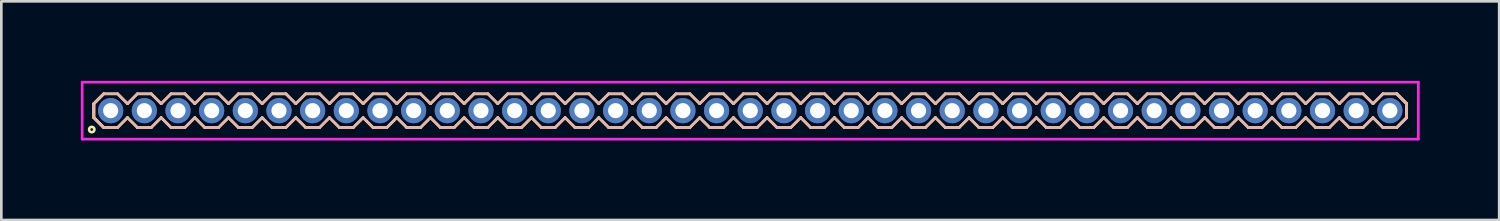
<source format=kicad_pcb>
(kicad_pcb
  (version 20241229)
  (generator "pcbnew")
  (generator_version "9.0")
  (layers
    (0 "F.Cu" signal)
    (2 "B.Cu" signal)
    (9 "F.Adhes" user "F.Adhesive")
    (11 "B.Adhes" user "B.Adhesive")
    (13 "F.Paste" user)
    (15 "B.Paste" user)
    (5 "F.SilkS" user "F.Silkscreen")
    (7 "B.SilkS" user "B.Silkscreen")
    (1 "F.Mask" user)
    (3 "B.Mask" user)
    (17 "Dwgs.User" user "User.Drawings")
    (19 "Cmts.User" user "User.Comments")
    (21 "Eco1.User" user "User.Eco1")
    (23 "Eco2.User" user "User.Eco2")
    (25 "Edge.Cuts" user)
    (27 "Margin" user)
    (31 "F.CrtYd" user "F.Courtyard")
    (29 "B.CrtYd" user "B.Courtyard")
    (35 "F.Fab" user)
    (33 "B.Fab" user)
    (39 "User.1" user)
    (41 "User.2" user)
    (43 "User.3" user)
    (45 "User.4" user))
  (footprint "HDR127P39x1"
    (layer "F.Cu")
    (at 25.255 1.125)
    (property "Reference" "HDR127P39x1" (at 0 0 0) (layer "User.1") (effects (font (size 1 1) (thickness 0.1))))
    (attr through_hole)
    (fp_line (start -24.765 -0.263) (end -24.393 -0.635) (stroke (width 0.1) (type solid)) (layer "F.SilkS"))
    (fp_line (start -24.765 -0.263) (end -24.393 -0.635) (stroke (width 0.1) (type solid)) (layer "F.SilkS"))
    (fp_line (start -24.765 0.263) (end -24.765 -0.263) (stroke (width 0.1) (type solid)) (layer "F.SilkS"))
    (fp_line (start -24.765 0.263) (end -24.765 -0.263) (stroke (width 0.1) (type solid)) (layer "F.SilkS"))
    (fp_line (start -24.393 -0.635) (end -23.867 -0.635) (stroke (width 0.1) (type solid)) (layer "F.SilkS"))
    (fp_line (start -24.393 0.635) (end -24.765 0.263) (stroke (width 0.1) (type solid)) (layer "F.SilkS"))
    (fp_line (start -24.393 0.635) (end -24.765 0.263) (stroke (width 0.1) (type solid)) (layer "F.SilkS"))
    (fp_line (start -23.867 -0.635) (end -23.495 -0.263) (stroke (width 0.1) (type solid)) (layer "F.SilkS"))
    (fp_line (start -23.867 0.635) (end -24.393 0.635) (stroke (width 0.1) (type solid)) (layer "F.SilkS"))
    (fp_line (start -23.495 -0.263) (end -23.123 -0.635) (stroke (width 0.1) (type solid)) (layer "F.SilkS"))
    (fp_line (start -23.495 0.263) (end -23.867 0.635) (stroke (width 0.1) (type solid)) (layer "F.SilkS"))
    (fp_line (start -23.123 -0.635) (end -22.597 -0.635) (stroke (width 0.1) (type solid)) (layer "F.SilkS"))
    (fp_line (start -23.123 0.635) (end -23.495 0.263) (stroke (width 0.1) (type solid)) (layer "F.SilkS"))
    (fp_line (start -22.597 -0.635) (end -22.225 -0.263) (stroke (width 0.1) (type solid)) (layer "F.SilkS"))
    (fp_line (start -22.597 0.635) (end -23.123 0.635) (stroke (width 0.1) (type solid)) (layer "F.SilkS"))
    (fp_line (start -22.225 -0.263) (end -21.853 -0.635) (stroke (width 0.1) (type solid)) (layer "F.SilkS"))
    (fp_line (start -22.225 0.263) (end -22.597 0.635) (stroke (width 0.1) (type solid)) (layer "F.SilkS"))
    (fp_line (start -21.853 -0.635) (end -21.327 -0.635) (stroke (width 0.1) (type solid)) (layer "F.SilkS"))
    (fp_line (start -21.853 0.635) (end -22.225 0.263) (stroke (width 0.1) (type solid)) (layer "F.SilkS"))
    (fp_line (start -21.327 -0.635) (end -20.955 -0.263) (stroke (width 0.1) (type solid)) (layer "F.SilkS"))
    (fp_line (start -21.327 0.635) (end -21.853 0.635) (stroke (width 0.1) (type solid)) (layer "F.SilkS"))
    (fp_line (start -20.955 -0.263) (end -20.583 -0.635) (stroke (width 0.1) (type solid)) (layer "F.SilkS"))
    (fp_line (start -20.955 0.263) (end -21.327 0.635) (stroke (width 0.1) (type solid)) (layer "F.SilkS"))
    (fp_line (start -20.583 -0.635) (end -20.057 -0.635) (stroke (width 0.1) (type solid)) (layer "F.SilkS"))
    (fp_line (start -20.583 0.635) (end -20.955 0.263) (stroke (width 0.1) (type solid)) (layer "F.SilkS"))
    (fp_line (start -20.057 -0.635) (end -19.685 -0.263) (stroke (width 0.1) (type solid)) (layer "F.SilkS"))
    (fp_line (start -20.057 0.635) (end -20.583 0.635) (stroke (width 0.1) (type solid)) (layer "F.SilkS"))
    (fp_line (start -19.685 -0.263) (end -19.313 -0.635) (stroke (width 0.1) (type solid)) (layer "F.SilkS"))
    (fp_line (start -19.685 0.263) (end -20.057 0.635) (stroke (width 0.1) (type solid)) (layer "F.SilkS"))
    (fp_line (start -19.313 -0.635) (end -18.787 -0.635) (stroke (width 0.1) (type solid)) (layer "F.SilkS"))
    (fp_line (start -19.313 0.635) (end -19.685 0.263) (stroke (width 0.1) (type solid)) (layer "F.SilkS"))
    (fp_line (start -18.787 -0.635) (end -18.415 -0.263) (stroke (width 0.1) (type solid)) (layer "F.SilkS"))
    (fp_line (start -18.787 0.635) (end -19.313 0.635) (stroke (width 0.1) (type solid)) (layer "F.SilkS"))
    (fp_line (start -18.415 -0.263) (end -18.043 -0.635) (stroke (width 0.1) (type solid)) (layer "F.SilkS"))
    (fp_line (start -18.415 0.263) (end -18.787 0.635) (stroke (width 0.1) (type solid)) (layer "F.SilkS"))
    (fp_line (start -18.043 -0.635) (end -17.517 -0.635) (stroke (width 0.1) (type solid)) (layer "F.SilkS"))
    (fp_line (start -18.043 0.635) (end -18.415 0.263) (stroke (width 0.1) (type solid)) (layer "F.SilkS"))
    (fp_line (start -17.517 -0.635) (end -17.145 -0.263) (stroke (width 0.1) (type solid)) (layer "F.SilkS"))
    (fp_line (start -17.517 0.635) (end -18.043 0.635) (stroke (width 0.1) (type solid)) (layer "F.SilkS"))
    (fp_line (start -17.145 -0.263) (end -16.773 -0.635) (stroke (width 0.1) (type solid)) (layer "F.SilkS"))
    (fp_line (start -17.145 0.263) (end -17.517 0.635) (stroke (width 0.1) (type solid)) (layer "F.SilkS"))
    (fp_line (start -16.773 -0.635) (end -16.247 -0.635) (stroke (width 0.1) (type solid)) (layer "F.SilkS"))
    (fp_line (start -16.773 0.635) (end -17.145 0.263) (stroke (width 0.1) (type solid)) (layer "F.SilkS"))
    (fp_line (start -16.247 -0.635) (end -15.875 -0.263) (stroke (width 0.1) (type solid)) (layer "F.SilkS"))
    (fp_line (start -16.247 0.635) (end -16.773 0.635) (stroke (width 0.1) (type solid)) (layer "F.SilkS"))
    (fp_line (start -15.875 -0.263) (end -15.503 -0.635) (stroke (width 0.1) (type solid)) (layer "F.SilkS"))
    (fp_line (start -15.875 0.263) (end -16.247 0.635) (stroke (width 0.1) (type solid)) (layer "F.SilkS"))
    (fp_line (start -15.503 -0.635) (end -14.977 -0.635) (stroke (width 0.1) (type solid)) (layer "F.SilkS"))
    (fp_line (start -15.503 0.635) (end -15.875 0.263) (stroke (width 0.1) (type solid)) (layer "F.SilkS"))
    (fp_line (start -14.977 -0.635) (end -14.605 -0.263) (stroke (width 0.1) (type solid)) (layer "F.SilkS"))
    (fp_line (start -14.977 0.635) (end -15.503 0.635) (stroke (width 0.1) (type solid)) (layer "F.SilkS"))
    (fp_line (start -14.605 -0.263) (end -14.233 -0.635) (stroke (width 0.1) (type solid)) (layer "F.SilkS"))
    (fp_line (start -14.605 0.263) (end -14.977 0.635) (stroke (width 0.1) (type solid)) (layer "F.SilkS"))
    (fp_line (start -14.233 -0.635) (end -13.707 -0.635) (stroke (width 0.1) (type solid)) (layer "F.SilkS"))
    (fp_line (start -14.233 0.635) (end -14.605 0.263) (stroke (width 0.1) (type solid)) (layer "F.SilkS"))
    (fp_line (start -13.707 -0.635) (end -13.335 -0.263) (stroke (width 0.1) (type solid)) (layer "F.SilkS"))
    (fp_line (start -13.707 0.635) (end -14.233 0.635) (stroke (width 0.1) (type solid)) (layer "F.SilkS"))
    (fp_line (start -13.335 -0.263) (end -12.963 -0.635) (stroke (width 0.1) (type solid)) (layer "F.SilkS"))
    (fp_line (start -13.335 0.263) (end -13.707 0.635) (stroke (width 0.1) (type solid)) (layer "F.SilkS"))
    (fp_line (start -12.963 -0.635) (end -12.437 -0.635) (stroke (width 0.1) (type solid)) (layer "F.SilkS"))
    (fp_line (start -12.963 0.635) (end -13.335 0.263) (stroke (width 0.1) (type solid)) (layer "F.SilkS"))
    (fp_line (start -12.437 -0.635) (end -12.065 -0.263) (stroke (width 0.1) (type solid)) (layer "F.SilkS"))
    (fp_line (start -12.437 0.635) (end -12.963 0.635) (stroke (width 0.1) (type solid)) (layer "F.SilkS"))
    (fp_line (start -12.065 -0.263) (end -11.693 -0.635) (stroke (width 0.1) (type solid)) (layer "F.SilkS"))
    (fp_line (start -12.065 0.263) (end -12.437 0.635) (stroke (width 0.1) (type solid)) (layer "F.SilkS"))
    (fp_line (start -11.693 -0.635) (end -11.167 -0.635) (stroke (width 0.1) (type solid)) (layer "F.SilkS"))
    (fp_line (start -11.693 0.635) (end -12.065 0.263) (stroke (width 0.1) (type solid)) (layer "F.SilkS"))
    (fp_line (start -11.167 -0.635) (end -10.795 -0.263) (stroke (width 0.1) (type solid)) (layer "F.SilkS"))
    (fp_line (start -11.167 0.635) (end -11.693 0.635) (stroke (width 0.1) (type solid)) (layer "F.SilkS"))
    (fp_line (start -10.795 -0.263) (end -10.423 -0.635) (stroke (width 0.1) (type solid)) (layer "F.SilkS"))
    (fp_line (start -10.795 0.263) (end -11.167 0.635) (stroke (width 0.1) (type solid)) (layer "F.SilkS"))
    (fp_line (start -10.423 -0.635) (end -9.897 -0.635) (stroke (width 0.1) (type solid)) (layer "F.SilkS"))
    (fp_line (start -10.423 0.635) (end -10.795 0.263) (stroke (width 0.1) (type solid)) (layer "F.SilkS"))
    (fp_line (start -9.897 -0.635) (end -9.525 -0.263) (stroke (width 0.1) (type solid)) (layer "F.SilkS"))
    (fp_line (start -9.897 0.635) (end -10.423 0.635) (stroke (width 0.1) (type solid)) (layer "F.SilkS"))
    (fp_line (start -9.525 -0.263) (end -9.153 -0.635) (stroke (width 0.1) (type solid)) (layer "F.SilkS"))
    (fp_line (start -9.525 0.263) (end -9.897 0.635) (stroke (width 0.1) (type solid)) (layer "F.SilkS"))
    (fp_line (start -9.153 -0.635) (end -8.627 -0.635) (stroke (width 0.1) (type solid)) (layer "F.SilkS"))
    (fp_line (start -9.153 0.635) (end -9.525 0.263) (stroke (width 0.1) (type solid)) (layer "F.SilkS"))
    (fp_line (start -8.627 -0.635) (end -8.255 -0.263) (stroke (width 0.1) (type solid)) (layer "F.SilkS"))
    (fp_line (start -8.627 0.635) (end -9.153 0.635) (stroke (width 0.1) (type solid)) (layer "F.SilkS"))
    (fp_line (start -8.255 -0.263) (end -7.883 -0.635) (stroke (width 0.1) (type solid)) (layer "F.SilkS"))
    (fp_line (start -8.255 0.263) (end -8.627 0.635) (stroke (width 0.1) (type solid)) (layer "F.SilkS"))
    (fp_line (start -7.883 -0.635) (end -7.357 -0.635) (stroke (width 0.1) (type solid)) (layer "F.SilkS"))
    (fp_line (start -7.883 0.635) (end -8.255 0.263) (stroke (width 0.1) (type solid)) (layer "F.SilkS"))
    (fp_line (start -7.357 -0.635) (end -6.985 -0.263) (stroke (width 0.1) (type solid)) (layer "F.SilkS"))
    (fp_line (start -7.357 0.635) (end -7.883 0.635) (stroke (width 0.1) (type solid)) (layer "F.SilkS"))
    (fp_line (start -6.985 -0.263) (end -6.613 -0.635) (stroke (width 0.1) (type solid)) (layer "F.SilkS"))
    (fp_line (start -6.985 0.263) (end -7.357 0.635) (stroke (width 0.1) (type solid)) (layer "F.SilkS"))
    (fp_line (start -6.613 -0.635) (end -6.087 -0.635) (stroke (width 0.1) (type solid)) (layer "F.SilkS"))
    (fp_line (start -6.613 0.635) (end -6.985 0.263) (stroke (width 0.1) (type solid)) (layer "F.SilkS"))
    (fp_line (start -6.087 -0.635) (end -5.715 -0.263) (stroke (width 0.1) (type solid)) (layer "F.SilkS"))
    (fp_line (start -6.087 0.635) (end -6.613 0.635) (stroke (width 0.1) (type solid)) (layer "F.SilkS"))
    (fp_line (start -5.715 -0.263) (end -5.343 -0.635) (stroke (width 0.1) (type solid)) (layer "F.SilkS"))
    (fp_line (start -5.715 0.263) (end -6.087 0.635) (stroke (width 0.1) (type solid)) (layer "F.SilkS"))
    (fp_line (start -5.343 -0.635) (end -4.817 -0.635) (stroke (width 0.1) (type solid)) (layer "F.SilkS"))
    (fp_line (start -5.343 0.635) (end -5.715 0.263) (stroke (width 0.1) (type solid)) (layer "F.SilkS"))
    (fp_line (start -4.817 -0.635) (end -4.445 -0.263) (stroke (width 0.1) (type solid)) (layer "F.SilkS"))
    (fp_line (start -4.817 0.635) (end -5.343 0.635) (stroke (width 0.1) (type solid)) (layer "F.SilkS"))
    (fp_line (start -4.445 -0.263) (end -4.073 -0.635) (stroke (width 0.1) (type solid)) (layer "F.SilkS"))
    (fp_line (start -4.445 0.263) (end -4.817 0.635) (stroke (width 0.1) (type solid)) (layer "F.SilkS"))
    (fp_line (start -4.073 -0.635) (end -3.547 -0.635) (stroke (width 0.1) (type solid)) (layer "F.SilkS"))
    (fp_line (start -4.073 0.635) (end -4.445 0.263) (stroke (width 0.1) (type solid)) (layer "F.SilkS"))
    (fp_line (start -3.547 -0.635) (end -3.175 -0.263) (stroke (width 0.1) (type solid)) (layer "F.SilkS"))
    (fp_line (start -3.547 0.635) (end -4.073 0.635) (stroke (width 0.1) (type solid)) (layer "F.SilkS"))
    (fp_line (start -3.175 -0.263) (end -2.803 -0.635) (stroke (width 0.1) (type solid)) (layer "F.SilkS"))
    (fp_line (start -3.175 0.263) (end -3.547 0.635) (stroke (width 0.1) (type solid)) (layer "F.SilkS"))
    (fp_line (start -2.803 -0.635) (end -2.277 -0.635) (stroke (width 0.1) (type solid)) (layer "F.SilkS"))
    (fp_line (start -2.803 0.635) (end -3.175 0.263) (stroke (width 0.1) (type solid)) (layer "F.SilkS"))
    (fp_line (start -2.277 -0.635) (end -1.905 -0.263) (stroke (width 0.1) (type solid)) (layer "F.SilkS"))
    (fp_line (start -2.277 0.635) (end -2.803 0.635) (stroke (width 0.1) (type solid)) (layer "F.SilkS"))
    (fp_line (start -1.905 -0.263) (end -1.533 -0.635) (stroke (width 0.1) (type solid)) (layer "F.SilkS"))
    (fp_line (start -1.905 0.263) (end -2.277 0.635) (stroke (width 0.1) (type solid)) (layer "F.SilkS"))
    (fp_line (start -1.533 -0.635) (end -1.007 -0.635) (stroke (width 0.1) (type solid)) (layer "F.SilkS"))
    (fp_line (start -1.533 0.635) (end -1.905 0.263) (stroke (width 0.1) (type solid)) (layer "F.SilkS"))
    (fp_line (start -1.007 -0.635) (end -0.635 -0.263) (stroke (width 0.1) (type solid)) (layer "F.SilkS"))
    (fp_line (start -1.007 0.635) (end -1.533 0.635) (stroke (width 0.1) (type solid)) (layer "F.SilkS"))
    (fp_line (start -0.635 -0.263) (end -0.263 -0.635) (stroke (width 0.1) (type solid)) (layer "F.SilkS"))
    (fp_line (start -0.635 0.263) (end -1.007 0.635) (stroke (width 0.1) (type solid)) (layer "F.SilkS"))
    (fp_line (start -0.263 -0.635) (end 0.263 -0.635) (stroke (width 0.1) (type solid)) (layer "F.SilkS"))
    (fp_line (start -0.263 0.635) (end -0.635 0.263) (stroke (width 0.1) (type solid)) (layer "F.SilkS"))
    (fp_line (start 0.263 -0.635) (end 0.635 -0.263) (stroke (width 0.1) (type solid)) (layer "F.SilkS"))
    (fp_line (start 0.263 0.635) (end -0.263 0.635) (stroke (width 0.1) (type solid)) (layer "F.SilkS"))
    (fp_line (start 0.635 -0.263) (end 1.007 -0.635) (stroke (width 0.1) (type solid)) (layer "F.SilkS"))
    (fp_line (start 0.635 0.263) (end 0.263 0.635) (stroke (width 0.1) (type solid)) (layer "F.SilkS"))
    (fp_line (start 1.007 -0.635) (end 1.533 -0.635) (stroke (width 0.1) (type solid)) (layer "F.SilkS"))
    (fp_line (start 1.007 0.635) (end 0.635 0.263) (stroke (width 0.1) (type solid)) (layer "F.SilkS"))
    (fp_line (start 1.533 -0.635) (end 1.905 -0.263) (stroke (width 0.1) (type solid)) (layer "F.SilkS"))
    (fp_line (start 1.533 0.635) (end 1.007 0.635) (stroke (width 0.1) (type solid)) (layer "F.SilkS"))
    (fp_line (start 1.905 -0.263) (end 2.277 -0.635) (stroke (width 0.1) (type solid)) (layer "F.SilkS"))
    (fp_line (start 1.905 0.263) (end 1.533 0.635) (stroke (width 0.1) (type solid)) (layer "F.SilkS"))
    (fp_line (start 2.277 -0.635) (end 2.803 -0.635) (stroke (width 0.1) (type solid)) (layer "F.SilkS"))
    (fp_line (start 2.277 0.635) (end 1.905 0.263) (stroke (width 0.1) (type solid)) (layer "F.SilkS"))
    (fp_line (start 2.803 -0.635) (end 3.175 -0.263) (stroke (width 0.1) (type solid)) (layer "F.SilkS"))
    (fp_line (start 2.803 0.635) (end 2.277 0.635) (stroke (width 0.1) (type solid)) (layer "F.SilkS"))
    (fp_line (start 3.175 -0.263) (end 3.547 -0.635) (stroke (width 0.1) (type solid)) (layer "F.SilkS"))
    (fp_line (start 3.175 0.263) (end 2.803 0.635) (stroke (width 0.1) (type solid)) (layer "F.SilkS"))
    (fp_line (start 3.547 -0.635) (end 4.073 -0.635) (stroke (width 0.1) (type solid)) (layer "F.SilkS"))
    (fp_line (start 3.547 0.635) (end 3.175 0.263) (stroke (width 0.1) (type solid)) (layer "F.SilkS"))
    (fp_line (start 4.073 -0.635) (end 4.445 -0.263) (stroke (width 0.1) (type solid)) (layer "F.SilkS"))
    (fp_line (start 4.073 0.635) (end 3.547 0.635) (stroke (width 0.1) (type solid)) (layer "F.SilkS"))
    (fp_line (start 4.445 -0.263) (end 4.817 -0.635) (stroke (width 0.1) (type solid)) (layer "F.SilkS"))
    (fp_line (start 4.445 0.263) (end 4.073 0.635) (stroke (width 0.1) (type solid)) (layer "F.SilkS"))
    (fp_line (start 4.817 -0.635) (end 5.343 -0.635) (stroke (width 0.1) (type solid)) (layer "F.SilkS"))
    (fp_line (start 4.817 0.635) (end 4.445 0.263) (stroke (width 0.1) (type solid)) (layer "F.SilkS"))
    (fp_line (start 5.343 -0.635) (end 5.715 -0.263) (stroke (width 0.1) (type solid)) (layer "F.SilkS"))
    (fp_line (start 5.343 0.635) (end 4.817 0.635) (stroke (width 0.1) (type solid)) (layer "F.SilkS"))
    (fp_line (start 5.715 -0.263) (end 6.087 -0.635) (stroke (width 0.1) (type solid)) (layer "F.SilkS"))
    (fp_line (start 5.715 0.263) (end 5.343 0.635) (stroke (width 0.1) (type solid)) (layer "F.SilkS"))
    (fp_line (start 6.087 -0.635) (end 6.613 -0.635) (stroke (width 0.1) (type solid)) (layer "F.SilkS"))
    (fp_line (start 6.087 0.635) (end 5.715 0.263) (stroke (width 0.1) (type solid)) (layer "F.SilkS"))
    (fp_line (start 6.613 -0.635) (end 6.985 -0.263) (stroke (width 0.1) (type solid)) (layer "F.SilkS"))
    (fp_line (start 6.613 0.635) (end 6.087 0.635) (stroke (width 0.1) (type solid)) (layer "F.SilkS"))
    (fp_line (start 6.985 -0.263) (end 7.357 -0.635) (stroke (width 0.1) (type solid)) (layer "F.SilkS"))
    (fp_line (start 6.985 0.263) (end 6.613 0.635) (stroke (width 0.1) (type solid)) (layer "F.SilkS"))
    (fp_line (start 7.357 -0.635) (end 7.883 -0.635) (stroke (width 0.1) (type solid)) (layer "F.SilkS"))
    (fp_line (start 7.357 0.635) (end 6.985 0.263) (stroke (width 0.1) (type solid)) (layer "F.SilkS"))
    (fp_line (start 7.883 -0.635) (end 8.255 -0.263) (stroke (width 0.1) (type solid)) (layer "F.SilkS"))
    (fp_line (start 7.883 0.635) (end 7.357 0.635) (stroke (width 0.1) (type solid)) (layer "F.SilkS"))
    (fp_line (start 8.255 -0.263) (end 8.627 -0.635) (stroke (width 0.1) (type solid)) (layer "F.SilkS"))
    (fp_line (start 8.255 0.263) (end 7.883 0.635) (stroke (width 0.1) (type solid)) (layer "F.SilkS"))
    (fp_line (start 8.627 -0.635) (end 9.153 -0.635) (stroke (width 0.1) (type solid)) (layer "F.SilkS"))
    (fp_line (start 8.627 0.635) (end 8.255 0.263) (stroke (width 0.1) (type solid)) (layer "F.SilkS"))
    (fp_line (start 9.153 -0.635) (end 9.525 -0.263) (stroke (width 0.1) (type solid)) (layer "F.SilkS"))
    (fp_line (start 9.153 0.635) (end 8.627 0.635) (stroke (width 0.1) (type solid)) (layer "F.SilkS"))
    (fp_line (start 9.525 -0.263) (end 9.897 -0.635) (stroke (width 0.1) (type solid)) (layer "F.SilkS"))
    (fp_line (start 9.525 0.263) (end 9.153 0.635) (stroke (width 0.1) (type solid)) (layer "F.SilkS"))
    (fp_line (start 9.897 -0.635) (end 10.423 -0.635) (stroke (width 0.1) (type solid)) (layer "F.SilkS"))
    (fp_line (start 9.897 0.635) (end 9.525 0.263) (stroke (width 0.1) (type solid)) (layer "F.SilkS"))
    (fp_line (start 10.423 -0.635) (end 10.795 -0.263) (stroke (width 0.1) (type solid)) (layer "F.SilkS"))
    (fp_line (start 10.423 0.635) (end 9.897 0.635) (stroke (width 0.1) (type solid)) (layer "F.SilkS"))
    (fp_line (start 10.795 -0.263) (end 11.167 -0.635) (stroke (width 0.1) (type solid)) (layer "F.SilkS"))
    (fp_line (start 10.795 0.263) (end 10.423 0.635) (stroke (width 0.1) (type solid)) (layer "F.SilkS"))
    (fp_line (start 11.167 -0.635) (end 11.693 -0.635) (stroke (width 0.1) (type solid)) (layer "F.SilkS"))
    (fp_line (start 11.167 0.635) (end 10.795 0.263) (stroke (width 0.1) (type solid)) (layer "F.SilkS"))
    (fp_line (start 11.693 -0.635) (end 12.065 -0.263) (stroke (width 0.1) (type solid)) (layer "F.SilkS"))
    (fp_line (start 11.693 0.635) (end 11.167 0.635) (stroke (width 0.1) (type solid)) (layer "F.SilkS"))
    (fp_line (start 12.065 -0.263) (end 12.437 -0.635) (stroke (width 0.1) (type solid)) (layer "F.SilkS"))
    (fp_line (start 12.065 0.263) (end 11.693 0.635) (stroke (width 0.1) (type solid)) (layer "F.SilkS"))
    (fp_line (start 12.437 -0.635) (end 12.963 -0.635) (stroke (width 0.1) (type solid)) (layer "F.SilkS"))
    (fp_line (start 12.437 0.635) (end 12.065 0.263) (stroke (width 0.1) (type solid)) (layer "F.SilkS"))
    (fp_line (start 12.963 -0.635) (end 13.335 -0.263) (stroke (width 0.1) (type solid)) (layer "F.SilkS"))
    (fp_line (start 12.963 0.635) (end 12.437 0.635) (stroke (width 0.1) (type solid)) (layer "F.SilkS"))
    (fp_line (start 13.335 -0.263) (end 13.707 -0.635) (stroke (width 0.1) (type solid)) (layer "F.SilkS"))
    (fp_line (start 13.335 0.263) (end 12.963 0.635) (stroke (width 0.1) (type solid)) (layer "F.SilkS"))
    (fp_line (start 13.707 -0.635) (end 14.233 -0.635) (stroke (width 0.1) (type solid)) (layer "F.SilkS"))
    (fp_line (start 13.707 0.635) (end 13.335 0.263) (stroke (width 0.1) (type solid)) (layer "F.SilkS"))
    (fp_line (start 14.233 -0.635) (end 14.605 -0.263) (stroke (width 0.1) (type solid)) (layer "F.SilkS"))
    (fp_line (start 14.233 0.635) (end 13.707 0.635) (stroke (width 0.1) (type solid)) (layer "F.SilkS"))
    (fp_line (start 14.605 -0.263) (end 14.977 -0.635) (stroke (width 0.1) (type solid)) (layer "F.SilkS"))
    (fp_line (start 14.605 0.263) (end 14.233 0.635) (stroke (width 0.1) (type solid)) (layer "F.SilkS"))
    (fp_line (start 14.977 -0.635) (end 15.503 -0.635) (stroke (width 0.1) (type solid)) (layer "F.SilkS"))
    (fp_line (start 14.977 0.635) (end 14.605 0.263) (stroke (width 0.1) (type solid)) (layer "F.SilkS"))
    (fp_line (start 15.503 -0.635) (end 15.875 -0.263) (stroke (width 0.1) (type solid)) (layer "F.SilkS"))
    (fp_line (start 15.503 0.635) (end 14.977 0.635) (stroke (width 0.1) (type solid)) (layer "F.SilkS"))
    (fp_line (start 15.875 -0.263) (end 16.247 -0.635) (stroke (width 0.1) (type solid)) (layer "F.SilkS"))
    (fp_line (start 15.875 0.263) (end 15.503 0.635) (stroke (width 0.1) (type solid)) (layer "F.SilkS"))
    (fp_line (start 16.247 -0.635) (end 16.773 -0.635) (stroke (width 0.1) (type solid)) (layer "F.SilkS"))
    (fp_line (start 16.247 0.635) (end 15.875 0.263) (stroke (width 0.1) (type solid)) (layer "F.SilkS"))
    (fp_line (start 16.773 -0.635) (end 17.145 -0.263) (stroke (width 0.1) (type solid)) (layer "F.SilkS"))
    (fp_line (start 16.773 0.635) (end 16.247 0.635) (stroke (width 0.1) (type solid)) (layer "F.SilkS"))
    (fp_line (start 17.145 -0.263) (end 17.517 -0.635) (stroke (width 0.1) (type solid)) (layer "F.SilkS"))
    (fp_line (start 17.145 0.263) (end 16.773 0.635) (stroke (width 0.1) (type solid)) (layer "F.SilkS"))
    (fp_line (start 17.517 -0.635) (end 18.043 -0.635) (stroke (width 0.1) (type solid)) (layer "F.SilkS"))
    (fp_line (start 17.517 0.635) (end 17.145 0.263) (stroke (width 0.1) (type solid)) (layer "F.SilkS"))
    (fp_line (start 18.043 -0.635) (end 18.415 -0.263) (stroke (width 0.1) (type solid)) (layer "F.SilkS"))
    (fp_line (start 18.043 0.635) (end 17.517 0.635) (stroke (width 0.1) (type solid)) (layer "F.SilkS"))
    (fp_line (start 18.415 -0.263) (end 18.787 -0.635) (stroke (width 0.1) (type solid)) (layer "F.SilkS"))
    (fp_line (start 18.415 0.263) (end 18.043 0.635) (stroke (width 0.1) (type solid)) (layer "F.SilkS"))
    (fp_line (start 18.787 -0.635) (end 19.313 -0.635) (stroke (width 0.1) (type solid)) (layer "F.SilkS"))
    (fp_line (start 18.787 0.635) (end 18.415 0.263) (stroke (width 0.1) (type solid)) (layer "F.SilkS"))
    (fp_line (start 19.313 -0.635) (end 19.685 -0.263) (stroke (width 0.1) (type solid)) (layer "F.SilkS"))
    (fp_line (start 19.313 0.635) (end 18.787 0.635) (stroke (width 0.1) (type solid)) (layer "F.SilkS"))
    (fp_line (start 19.685 -0.263) (end 20.057 -0.635) (stroke (width 0.1) (type solid)) (layer "F.SilkS"))
    (fp_line (start 19.685 0.263) (end 19.313 0.635) (stroke (width 0.1) (type solid)) (layer "F.SilkS"))
    (fp_line (start 20.057 -0.635) (end 20.583 -0.635) (stroke (width 0.1) (type solid)) (layer "F.SilkS"))
    (fp_line (start 20.057 0.635) (end 19.685 0.263) (stroke (width 0.1) (type solid)) (layer "F.SilkS"))
    (fp_line (start 20.583 -0.635) (end 20.955 -0.263) (stroke (width 0.1) (type solid)) (layer "F.SilkS"))
    (fp_line (start 20.583 0.635) (end 20.057 0.635) (stroke (width 0.1) (type solid)) (layer "F.SilkS"))
    (fp_line (start 20.955 -0.263) (end 21.327 -0.635) (stroke (width 0.1) (type solid)) (layer "F.SilkS"))
    (fp_line (start 20.955 0.263) (end 20.583 0.635) (stroke (width 0.1) (type solid)) (layer "F.SilkS"))
    (fp_line (start 21.327 -0.635) (end 21.853 -0.635) (stroke (width 0.1) (type solid)) (layer "F.SilkS"))
    (fp_line (start 21.327 0.635) (end 20.955 0.263) (stroke (width 0.1) (type solid)) (layer "F.SilkS"))
    (fp_line (start 21.853 -0.635) (end 22.225 -0.263) (stroke (width 0.1) (type solid)) (layer "F.SilkS"))
    (fp_line (start 21.853 0.635) (end 21.327 0.635) (stroke (width 0.1) (type solid)) (layer "F.SilkS"))
    (fp_line (start 22.225 -0.263) (end 22.597 -0.635) (stroke (width 0.1) (type solid)) (layer "F.SilkS"))
    (fp_line (start 22.225 0.263) (end 21.853 0.635) (stroke (width 0.1) (type solid)) (layer "F.SilkS"))
    (fp_line (start 22.597 -0.635) (end 23.123 -0.635) (stroke (width 0.1) (type solid)) (layer "F.SilkS"))
    (fp_line (start 22.597 0.635) (end 22.225 0.263) (stroke (width 0.1) (type solid)) (layer "F.SilkS"))
    (fp_line (start 23.123 -0.635) (end 23.495 -0.263) (stroke (width 0.1) (type solid)) (layer "F.SilkS"))
    (fp_line (start 23.123 0.635) (end 22.597 0.635) (stroke (width 0.1) (type solid)) (layer "F.SilkS"))
    (fp_line (start 23.495 -0.263) (end 23.867 -0.635) (stroke (width 0.1) (type solid)) (layer "F.SilkS"))
    (fp_line (start 23.495 0.263) (end 23.123 0.635) (stroke (width 0.1) (type solid)) (layer "F.SilkS"))
    (fp_line (start 23.867 -0.635) (end 24.393 -0.635) (stroke (width 0.1) (type solid)) (layer "F.SilkS"))
    (fp_line (start 23.867 0.635) (end 23.495 0.263) (stroke (width 0.1) (type solid)) (layer "F.SilkS"))
    (fp_line (start 24.393 -0.635) (end 24.765 -0.263) (stroke (width 0.1) (type solid)) (layer "F.SilkS"))
    (fp_line (start 24.393 -0.635) (end 24.765 -0.263) (stroke (width 0.1) (type solid)) (layer "F.SilkS"))
    (fp_line (start 24.393 0.635) (end 23.867 0.635) (stroke (width 0.1) (type solid)) (layer "F.SilkS"))
    (fp_line (start 24.765 -0.263) (end 24.765 0.263) (stroke (width 0.1) (type solid)) (layer "F.SilkS"))
    (fp_line (start 24.765 -0.263) (end 24.765 0.263) (stroke (width 0.1) (type solid)) (layer "F.SilkS"))
    (fp_line (start 24.765 0.263) (end 24.393 0.635) (stroke (width 0.1) (type solid)) (layer "F.SilkS"))
    (fp_line (start 24.765 0.263) (end 24.393 0.635) (stroke (width 0.1) (type solid)) (layer "F.SilkS"))
    (fp_circle (center -24.843 0.712) (end -24.742 0.712) (stroke (width 0.1) (type solid)) (fill no) (layer "F.SilkS"))
    (fp_line (start -24.765 -0.263) (end -24.393 -0.635) (stroke (width 0.1) (type solid)) (layer "B.SilkS"))
    (fp_line (start -24.765 -0.263) (end -24.393 -0.635) (stroke (width 0.1) (type solid)) (layer "B.SilkS"))
    (fp_line (start -24.765 0.263) (end -24.765 -0.263) (stroke (width 0.1) (type solid)) (layer "B.SilkS"))
    (fp_line (start -24.765 0.263) (end -24.765 -0.263) (stroke (width 0.1) (type solid)) (layer "B.SilkS"))
    (fp_line (start -24.393 -0.635) (end -23.867 -0.635) (stroke (width 0.1) (type solid)) (layer "B.SilkS"))
    (fp_line (start -24.393 0.635) (end -24.765 0.263) (stroke (width 0.1) (type solid)) (layer "B.SilkS"))
    (fp_line (start -24.393 0.635) (end -24.765 0.263) (stroke (width 0.1) (type solid)) (layer "B.SilkS"))
    (fp_line (start -23.867 -0.635) (end -23.495 -0.263) (stroke (width 0.1) (type solid)) (layer "B.SilkS"))
    (fp_line (start -23.867 0.635) (end -24.393 0.635) (stroke (width 0.1) (type solid)) (layer "B.SilkS"))
    (fp_line (start -23.495 -0.263) (end -23.123 -0.635) (stroke (width 0.1) (type solid)) (layer "B.SilkS"))
    (fp_line (start -23.495 0.263) (end -23.867 0.635) (stroke (width 0.1) (type solid)) (layer "B.SilkS"))
    (fp_line (start -23.123 -0.635) (end -22.597 -0.635) (stroke (width 0.1) (type solid)) (layer "B.SilkS"))
    (fp_line (start -23.123 0.635) (end -23.495 0.263) (stroke (width 0.1) (type solid)) (layer "B.SilkS"))
    (fp_line (start -22.597 -0.635) (end -22.225 -0.263) (stroke (width 0.1) (type solid)) (layer "B.SilkS"))
    (fp_line (start -22.597 0.635) (end -23.123 0.635) (stroke (width 0.1) (type solid)) (layer "B.SilkS"))
    (fp_line (start -22.225 -0.263) (end -21.853 -0.635) (stroke (width 0.1) (type solid)) (layer "B.SilkS"))
    (fp_line (start -22.225 0.263) (end -22.597 0.635) (stroke (width 0.1) (type solid)) (layer "B.SilkS"))
    (fp_line (start -21.853 -0.635) (end -21.327 -0.635) (stroke (width 0.1) (type solid)) (layer "B.SilkS"))
    (fp_line (start -21.853 0.635) (end -22.225 0.263) (stroke (width 0.1) (type solid)) (layer "B.SilkS"))
    (fp_line (start -21.327 -0.635) (end -20.955 -0.263) (stroke (width 0.1) (type solid)) (layer "B.SilkS"))
    (fp_line (start -21.327 0.635) (end -21.853 0.635) (stroke (width 0.1) (type solid)) (layer "B.SilkS"))
    (fp_line (start -20.955 -0.263) (end -20.583 -0.635) (stroke (width 0.1) (type solid)) (layer "B.SilkS"))
    (fp_line (start -20.955 0.263) (end -21.327 0.635) (stroke (width 0.1) (type solid)) (layer "B.SilkS"))
    (fp_line (start -20.583 -0.635) (end -20.057 -0.635) (stroke (width 0.1) (type solid)) (layer "B.SilkS"))
    (fp_line (start -20.583 0.635) (end -20.955 0.263) (stroke (width 0.1) (type solid)) (layer "B.SilkS"))
    (fp_line (start -20.057 -0.635) (end -19.685 -0.263) (stroke (width 0.1) (type solid)) (layer "B.SilkS"))
    (fp_line (start -20.057 0.635) (end -20.583 0.635) (stroke (width 0.1) (type solid)) (layer "B.SilkS"))
    (fp_line (start -19.685 -0.263) (end -19.313 -0.635) (stroke (width 0.1) (type solid)) (layer "B.SilkS"))
    (fp_line (start -19.685 0.263) (end -20.057 0.635) (stroke (width 0.1) (type solid)) (layer "B.SilkS"))
    (fp_line (start -19.313 -0.635) (end -18.787 -0.635) (stroke (width 0.1) (type solid)) (layer "B.SilkS"))
    (fp_line (start -19.313 0.635) (end -19.685 0.263) (stroke (width 0.1) (type solid)) (layer "B.SilkS"))
    (fp_line (start -18.787 -0.635) (end -18.415 -0.263) (stroke (width 0.1) (type solid)) (layer "B.SilkS"))
    (fp_line (start -18.787 0.635) (end -19.313 0.635) (stroke (width 0.1) (type solid)) (layer "B.SilkS"))
    (fp_line (start -18.415 -0.263) (end -18.043 -0.635) (stroke (width 0.1) (type solid)) (layer "B.SilkS"))
    (fp_line (start -18.415 0.263) (end -18.787 0.635) (stroke (width 0.1) (type solid)) (layer "B.SilkS"))
    (fp_line (start -18.043 -0.635) (end -17.517 -0.635) (stroke (width 0.1) (type solid)) (layer "B.SilkS"))
    (fp_line (start -18.043 0.635) (end -18.415 0.263) (stroke (width 0.1) (type solid)) (layer "B.SilkS"))
    (fp_line (start -17.517 -0.635) (end -17.145 -0.263) (stroke (width 0.1) (type solid)) (layer "B.SilkS"))
    (fp_line (start -17.517 0.635) (end -18.043 0.635) (stroke (width 0.1) (type solid)) (layer "B.SilkS"))
    (fp_line (start -17.145 -0.263) (end -16.773 -0.635) (stroke (width 0.1) (type solid)) (layer "B.SilkS"))
    (fp_line (start -17.145 0.263) (end -17.517 0.635) (stroke (width 0.1) (type solid)) (layer "B.SilkS"))
    (fp_line (start -16.773 -0.635) (end -16.247 -0.635) (stroke (width 0.1) (type solid)) (layer "B.SilkS"))
    (fp_line (start -16.773 0.635) (end -17.145 0.263) (stroke (width 0.1) (type solid)) (layer "B.SilkS"))
    (fp_line (start -16.247 -0.635) (end -15.875 -0.263) (stroke (width 0.1) (type solid)) (layer "B.SilkS"))
    (fp_line (start -16.247 0.635) (end -16.773 0.635) (stroke (width 0.1) (type solid)) (layer "B.SilkS"))
    (fp_line (start -15.875 -0.263) (end -15.503 -0.635) (stroke (width 0.1) (type solid)) (layer "B.SilkS"))
    (fp_line (start -15.875 0.263) (end -16.247 0.635) (stroke (width 0.1) (type solid)) (layer "B.SilkS"))
    (fp_line (start -15.503 -0.635) (end -14.977 -0.635) (stroke (width 0.1) (type solid)) (layer "B.SilkS"))
    (fp_line (start -15.503 0.635) (end -15.875 0.263) (stroke (width 0.1) (type solid)) (layer "B.SilkS"))
    (fp_line (start -14.977 -0.635) (end -14.605 -0.263) (stroke (width 0.1) (type solid)) (layer "B.SilkS"))
    (fp_line (start -14.977 0.635) (end -15.503 0.635) (stroke (width 0.1) (type solid)) (layer "B.SilkS"))
    (fp_line (start -14.605 -0.263) (end -14.233 -0.635) (stroke (width 0.1) (type solid)) (layer "B.SilkS"))
    (fp_line (start -14.605 0.263) (end -14.977 0.635) (stroke (width 0.1) (type solid)) (layer "B.SilkS"))
    (fp_line (start -14.233 -0.635) (end -13.707 -0.635) (stroke (width 0.1) (type solid)) (layer "B.SilkS"))
    (fp_line (start -14.233 0.635) (end -14.605 0.263) (stroke (width 0.1) (type solid)) (layer "B.SilkS"))
    (fp_line (start -13.707 -0.635) (end -13.335 -0.263) (stroke (width 0.1) (type solid)) (layer "B.SilkS"))
    (fp_line (start -13.707 0.635) (end -14.233 0.635) (stroke (width 0.1) (type solid)) (layer "B.SilkS"))
    (fp_line (start -13.335 -0.263) (end -12.963 -0.635) (stroke (width 0.1) (type solid)) (layer "B.SilkS"))
    (fp_line (start -13.335 0.263) (end -13.707 0.635) (stroke (width 0.1) (type solid)) (layer "B.SilkS"))
    (fp_line (start -12.963 -0.635) (end -12.437 -0.635) (stroke (width 0.1) (type solid)) (layer "B.SilkS"))
    (fp_line (start -12.963 0.635) (end -13.335 0.263) (stroke (width 0.1) (type solid)) (layer "B.SilkS"))
    (fp_line (start -12.437 -0.635) (end -12.065 -0.263) (stroke (width 0.1) (type solid)) (layer "B.SilkS"))
    (fp_line (start -12.437 0.635) (end -12.963 0.635) (stroke (width 0.1) (type solid)) (layer "B.SilkS"))
    (fp_line (start -12.065 -0.263) (end -11.693 -0.635) (stroke (width 0.1) (type solid)) (layer "B.SilkS"))
    (fp_line (start -12.065 0.263) (end -12.437 0.635) (stroke (width 0.1) (type solid)) (layer "B.SilkS"))
    (fp_line (start -11.693 -0.635) (end -11.167 -0.635) (stroke (width 0.1) (type solid)) (layer "B.SilkS"))
    (fp_line (start -11.693 0.635) (end -12.065 0.263) (stroke (width 0.1) (type solid)) (layer "B.SilkS"))
    (fp_line (start -11.167 -0.635) (end -10.795 -0.263) (stroke (width 0.1) (type solid)) (layer "B.SilkS"))
    (fp_line (start -11.167 0.635) (end -11.693 0.635) (stroke (width 0.1) (type solid)) (layer "B.SilkS"))
    (fp_line (start -10.795 -0.263) (end -10.423 -0.635) (stroke (width 0.1) (type solid)) (layer "B.SilkS"))
    (fp_line (start -10.795 0.263) (end -11.167 0.635) (stroke (width 0.1) (type solid)) (layer "B.SilkS"))
    (fp_line (start -10.423 -0.635) (end -9.897 -0.635) (stroke (width 0.1) (type solid)) (layer "B.SilkS"))
    (fp_line (start -10.423 0.635) (end -10.795 0.263) (stroke (width 0.1) (type solid)) (layer "B.SilkS"))
    (fp_line (start -9.897 -0.635) (end -9.525 -0.263) (stroke (width 0.1) (type solid)) (layer "B.SilkS"))
    (fp_line (start -9.897 0.635) (end -10.423 0.635) (stroke (width 0.1) (type solid)) (layer "B.SilkS"))
    (fp_line (start -9.525 -0.263) (end -9.153 -0.635) (stroke (width 0.1) (type solid)) (layer "B.SilkS"))
    (fp_line (start -9.525 0.263) (end -9.897 0.635) (stroke (width 0.1) (type solid)) (layer "B.SilkS"))
    (fp_line (start -9.153 -0.635) (end -8.627 -0.635) (stroke (width 0.1) (type solid)) (layer "B.SilkS"))
    (fp_line (start -9.153 0.635) (end -9.525 0.263) (stroke (width 0.1) (type solid)) (layer "B.SilkS"))
    (fp_line (start -8.627 -0.635) (end -8.255 -0.263) (stroke (width 0.1) (type solid)) (layer "B.SilkS"))
    (fp_line (start -8.627 0.635) (end -9.153 0.635) (stroke (width 0.1) (type solid)) (layer "B.SilkS"))
    (fp_line (start -8.255 -0.263) (end -7.883 -0.635) (stroke (width 0.1) (type solid)) (layer "B.SilkS"))
    (fp_line (start -8.255 0.263) (end -8.627 0.635) (stroke (width 0.1) (type solid)) (layer "B.SilkS"))
    (fp_line (start -7.883 -0.635) (end -7.357 -0.635) (stroke (width 0.1) (type solid)) (layer "B.SilkS"))
    (fp_line (start -7.883 0.635) (end -8.255 0.263) (stroke (width 0.1) (type solid)) (layer "B.SilkS"))
    (fp_line (start -7.357 -0.635) (end -6.985 -0.263) (stroke (width 0.1) (type solid)) (layer "B.SilkS"))
    (fp_line (start -7.357 0.635) (end -7.883 0.635) (stroke (width 0.1) (type solid)) (layer "B.SilkS"))
    (fp_line (start -6.985 -0.263) (end -6.613 -0.635) (stroke (width 0.1) (type solid)) (layer "B.SilkS"))
    (fp_line (start -6.985 0.263) (end -7.357 0.635) (stroke (width 0.1) (type solid)) (layer "B.SilkS"))
    (fp_line (start -6.613 -0.635) (end -6.087 -0.635) (stroke (width 0.1) (type solid)) (layer "B.SilkS"))
    (fp_line (start -6.613 0.635) (end -6.985 0.263) (stroke (width 0.1) (type solid)) (layer "B.SilkS"))
    (fp_line (start -6.087 -0.635) (end -5.715 -0.263) (stroke (width 0.1) (type solid)) (layer "B.SilkS"))
    (fp_line (start -6.087 0.635) (end -6.613 0.635) (stroke (width 0.1) (type solid)) (layer "B.SilkS"))
    (fp_line (start -5.715 -0.263) (end -5.343 -0.635) (stroke (width 0.1) (type solid)) (layer "B.SilkS"))
    (fp_line (start -5.715 0.263) (end -6.087 0.635) (stroke (width 0.1) (type solid)) (layer "B.SilkS"))
    (fp_line (start -5.343 -0.635) (end -4.817 -0.635) (stroke (width 0.1) (type solid)) (layer "B.SilkS"))
    (fp_line (start -5.343 0.635) (end -5.715 0.263) (stroke (width 0.1) (type solid)) (layer "B.SilkS"))
    (fp_line (start -4.817 -0.635) (end -4.445 -0.263) (stroke (width 0.1) (type solid)) (layer "B.SilkS"))
    (fp_line (start -4.817 0.635) (end -5.343 0.635) (stroke (width 0.1) (type solid)) (layer "B.SilkS"))
    (fp_line (start -4.445 -0.263) (end -4.073 -0.635) (stroke (width 0.1) (type solid)) (layer "B.SilkS"))
    (fp_line (start -4.445 0.263) (end -4.817 0.635) (stroke (width 0.1) (type solid)) (layer "B.SilkS"))
    (fp_line (start -4.073 -0.635) (end -3.547 -0.635) (stroke (width 0.1) (type solid)) (layer "B.SilkS"))
    (fp_line (start -4.073 0.635) (end -4.445 0.263) (stroke (width 0.1) (type solid)) (layer "B.SilkS"))
    (fp_line (start -3.547 -0.635) (end -3.175 -0.263) (stroke (width 0.1) (type solid)) (layer "B.SilkS"))
    (fp_line (start -3.547 0.635) (end -4.073 0.635) (stroke (width 0.1) (type solid)) (layer "B.SilkS"))
    (fp_line (start -3.175 -0.263) (end -2.803 -0.635) (stroke (width 0.1) (type solid)) (layer "B.SilkS"))
    (fp_line (start -3.175 0.263) (end -3.547 0.635) (stroke (width 0.1) (type solid)) (layer "B.SilkS"))
    (fp_line (start -2.803 -0.635) (end -2.277 -0.635) (stroke (width 0.1) (type solid)) (layer "B.SilkS"))
    (fp_line (start -2.803 0.635) (end -3.175 0.263) (stroke (width 0.1) (type solid)) (layer "B.SilkS"))
    (fp_line (start -2.277 -0.635) (end -1.905 -0.263) (stroke (width 0.1) (type solid)) (layer "B.SilkS"))
    (fp_line (start -2.277 0.635) (end -2.803 0.635) (stroke (width 0.1) (type solid)) (layer "B.SilkS"))
    (fp_line (start -1.905 -0.263) (end -1.533 -0.635) (stroke (width 0.1) (type solid)) (layer "B.SilkS"))
    (fp_line (start -1.905 0.263) (end -2.277 0.635) (stroke (width 0.1) (type solid)) (layer "B.SilkS"))
    (fp_line (start -1.533 -0.635) (end -1.007 -0.635) (stroke (width 0.1) (type solid)) (layer "B.SilkS"))
    (fp_line (start -1.533 0.635) (end -1.905 0.263) (stroke (width 0.1) (type solid)) (layer "B.SilkS"))
    (fp_line (start -1.007 -0.635) (end -0.635 -0.263) (stroke (width 0.1) (type solid)) (layer "B.SilkS"))
    (fp_line (start -1.007 0.635) (end -1.533 0.635) (stroke (width 0.1) (type solid)) (layer "B.SilkS"))
    (fp_line (start -0.635 -0.263) (end -0.263 -0.635) (stroke (width 0.1) (type solid)) (layer "B.SilkS"))
    (fp_line (start -0.635 0.263) (end -1.007 0.635) (stroke (width 0.1) (type solid)) (layer "B.SilkS"))
    (fp_line (start -0.263 -0.635) (end 0.263 -0.635) (stroke (width 0.1) (type solid)) (layer "B.SilkS"))
    (fp_line (start -0.263 0.635) (end -0.635 0.263) (stroke (width 0.1) (type solid)) (layer "B.SilkS"))
    (fp_line (start 0.263 -0.635) (end 0.635 -0.263) (stroke (width 0.1) (type solid)) (layer "B.SilkS"))
    (fp_line (start 0.263 0.635) (end -0.263 0.635) (stroke (width 0.1) (type solid)) (layer "B.SilkS"))
    (fp_line (start 0.635 -0.263) (end 1.007 -0.635) (stroke (width 0.1) (type solid)) (layer "B.SilkS"))
    (fp_line (start 0.635 0.263) (end 0.263 0.635) (stroke (width 0.1) (type solid)) (layer "B.SilkS"))
    (fp_line (start 1.007 -0.635) (end 1.533 -0.635) (stroke (width 0.1) (type solid)) (layer "B.SilkS"))
    (fp_line (start 1.007 0.635) (end 0.635 0.263) (stroke (width 0.1) (type solid)) (layer "B.SilkS"))
    (fp_line (start 1.533 -0.635) (end 1.905 -0.263) (stroke (width 0.1) (type solid)) (layer "B.SilkS"))
    (fp_line (start 1.533 0.635) (end 1.007 0.635) (stroke (width 0.1) (type solid)) (layer "B.SilkS"))
    (fp_line (start 1.905 -0.263) (end 2.277 -0.635) (stroke (width 0.1) (type solid)) (layer "B.SilkS"))
    (fp_line (start 1.905 0.263) (end 1.533 0.635) (stroke (width 0.1) (type solid)) (layer "B.SilkS"))
    (fp_line (start 2.277 -0.635) (end 2.803 -0.635) (stroke (width 0.1) (type solid)) (layer "B.SilkS"))
    (fp_line (start 2.277 0.635) (end 1.905 0.263) (stroke (width 0.1) (type solid)) (layer "B.SilkS"))
    (fp_line (start 2.803 -0.635) (end 3.175 -0.263) (stroke (width 0.1) (type solid)) (layer "B.SilkS"))
    (fp_line (start 2.803 0.635) (end 2.277 0.635) (stroke (width 0.1) (type solid)) (layer "B.SilkS"))
    (fp_line (start 3.175 -0.263) (end 3.547 -0.635) (stroke (width 0.1) (type solid)) (layer "B.SilkS"))
    (fp_line (start 3.175 0.263) (end 2.803 0.635) (stroke (width 0.1) (type solid)) (layer "B.SilkS"))
    (fp_line (start 3.547 -0.635) (end 4.073 -0.635) (stroke (width 0.1) (type solid)) (layer "B.SilkS"))
    (fp_line (start 3.547 0.635) (end 3.175 0.263) (stroke (width 0.1) (type solid)) (layer "B.SilkS"))
    (fp_line (start 4.073 -0.635) (end 4.445 -0.263) (stroke (width 0.1) (type solid)) (layer "B.SilkS"))
    (fp_line (start 4.073 0.635) (end 3.547 0.635) (stroke (width 0.1) (type solid)) (layer "B.SilkS"))
    (fp_line (start 4.445 -0.263) (end 4.817 -0.635) (stroke (width 0.1) (type solid)) (layer "B.SilkS"))
    (fp_line (start 4.445 0.263) (end 4.073 0.635) (stroke (width 0.1) (type solid)) (layer "B.SilkS"))
    (fp_line (start 4.817 -0.635) (end 5.343 -0.635) (stroke (width 0.1) (type solid)) (layer "B.SilkS"))
    (fp_line (start 4.817 0.635) (end 4.445 0.263) (stroke (width 0.1) (type solid)) (layer "B.SilkS"))
    (fp_line (start 5.343 -0.635) (end 5.715 -0.263) (stroke (width 0.1) (type solid)) (layer "B.SilkS"))
    (fp_line (start 5.343 0.635) (end 4.817 0.635) (stroke (width 0.1) (type solid)) (layer "B.SilkS"))
    (fp_line (start 5.715 -0.263) (end 6.087 -0.635) (stroke (width 0.1) (type solid)) (layer "B.SilkS"))
    (fp_line (start 5.715 0.263) (end 5.343 0.635) (stroke (width 0.1) (type solid)) (layer "B.SilkS"))
    (fp_line (start 6.087 -0.635) (end 6.613 -0.635) (stroke (width 0.1) (type solid)) (layer "B.SilkS"))
    (fp_line (start 6.087 0.635) (end 5.715 0.263) (stroke (width 0.1) (type solid)) (layer "B.SilkS"))
    (fp_line (start 6.613 -0.635) (end 6.985 -0.263) (stroke (width 0.1) (type solid)) (layer "B.SilkS"))
    (fp_line (start 6.613 0.635) (end 6.087 0.635) (stroke (width 0.1) (type solid)) (layer "B.SilkS"))
    (fp_line (start 6.985 -0.263) (end 7.357 -0.635) (stroke (width 0.1) (type solid)) (layer "B.SilkS"))
    (fp_line (start 6.985 0.263) (end 6.613 0.635) (stroke (width 0.1) (type solid)) (layer "B.SilkS"))
    (fp_line (start 7.357 -0.635) (end 7.883 -0.635) (stroke (width 0.1) (type solid)) (layer "B.SilkS"))
    (fp_line (start 7.357 0.635) (end 6.985 0.263) (stroke (width 0.1) (type solid)) (layer "B.SilkS"))
    (fp_line (start 7.883 -0.635) (end 8.255 -0.263) (stroke (width 0.1) (type solid)) (layer "B.SilkS"))
    (fp_line (start 7.883 0.635) (end 7.357 0.635) (stroke (width 0.1) (type solid)) (layer "B.SilkS"))
    (fp_line (start 8.255 -0.263) (end 8.627 -0.635) (stroke (width 0.1) (type solid)) (layer "B.SilkS"))
    (fp_line (start 8.255 0.263) (end 7.883 0.635) (stroke (width 0.1) (type solid)) (layer "B.SilkS"))
    (fp_line (start 8.627 -0.635) (end 9.153 -0.635) (stroke (width 0.1) (type solid)) (layer "B.SilkS"))
    (fp_line (start 8.627 0.635) (end 8.255 0.263) (stroke (width 0.1) (type solid)) (layer "B.SilkS"))
    (fp_line (start 9.153 -0.635) (end 9.525 -0.263) (stroke (width 0.1) (type solid)) (layer "B.SilkS"))
    (fp_line (start 9.153 0.635) (end 8.627 0.635) (stroke (width 0.1) (type solid)) (layer "B.SilkS"))
    (fp_line (start 9.525 -0.263) (end 9.897 -0.635) (stroke (width 0.1) (type solid)) (layer "B.SilkS"))
    (fp_line (start 9.525 0.263) (end 9.153 0.635) (stroke (width 0.1) (type solid)) (layer "B.SilkS"))
    (fp_line (start 9.897 -0.635) (end 10.423 -0.635) (stroke (width 0.1) (type solid)) (layer "B.SilkS"))
    (fp_line (start 9.897 0.635) (end 9.525 0.263) (stroke (width 0.1) (type solid)) (layer "B.SilkS"))
    (fp_line (start 10.423 -0.635) (end 10.795 -0.263) (stroke (width 0.1) (type solid)) (layer "B.SilkS"))
    (fp_line (start 10.423 0.635) (end 9.897 0.635) (stroke (width 0.1) (type solid)) (layer "B.SilkS"))
    (fp_line (start 10.795 -0.263) (end 11.167 -0.635) (stroke (width 0.1) (type solid)) (layer "B.SilkS"))
    (fp_line (start 10.795 0.263) (end 10.423 0.635) (stroke (width 0.1) (type solid)) (layer "B.SilkS"))
    (fp_line (start 11.167 -0.635) (end 11.693 -0.635) (stroke (width 0.1) (type solid)) (layer "B.SilkS"))
    (fp_line (start 11.167 0.635) (end 10.795 0.263) (stroke (width 0.1) (type solid)) (layer "B.SilkS"))
    (fp_line (start 11.693 -0.635) (end 12.065 -0.263) (stroke (width 0.1) (type solid)) (layer "B.SilkS"))
    (fp_line (start 11.693 0.635) (end 11.167 0.635) (stroke (width 0.1) (type solid)) (layer "B.SilkS"))
    (fp_line (start 12.065 -0.263) (end 12.437 -0.635) (stroke (width 0.1) (type solid)) (layer "B.SilkS"))
    (fp_line (start 12.065 0.263) (end 11.693 0.635) (stroke (width 0.1) (type solid)) (layer "B.SilkS"))
    (fp_line (start 12.437 -0.635) (end 12.963 -0.635) (stroke (width 0.1) (type solid)) (layer "B.SilkS"))
    (fp_line (start 12.437 0.635) (end 12.065 0.263) (stroke (width 0.1) (type solid)) (layer "B.SilkS"))
    (fp_line (start 12.963 -0.635) (end 13.335 -0.263) (stroke (width 0.1) (type solid)) (layer "B.SilkS"))
    (fp_line (start 12.963 0.635) (end 12.437 0.635) (stroke (width 0.1) (type solid)) (layer "B.SilkS"))
    (fp_line (start 13.335 -0.263) (end 13.707 -0.635) (stroke (width 0.1) (type solid)) (layer "B.SilkS"))
    (fp_line (start 13.335 0.263) (end 12.963 0.635) (stroke (width 0.1) (type solid)) (layer "B.SilkS"))
    (fp_line (start 13.707 -0.635) (end 14.233 -0.635) (stroke (width 0.1) (type solid)) (layer "B.SilkS"))
    (fp_line (start 13.707 0.635) (end 13.335 0.263) (stroke (width 0.1) (type solid)) (layer "B.SilkS"))
    (fp_line (start 14.233 -0.635) (end 14.605 -0.263) (stroke (width 0.1) (type solid)) (layer "B.SilkS"))
    (fp_line (start 14.233 0.635) (end 13.707 0.635) (stroke (width 0.1) (type solid)) (layer "B.SilkS"))
    (fp_line (start 14.605 -0.263) (end 14.977 -0.635) (stroke (width 0.1) (type solid)) (layer "B.SilkS"))
    (fp_line (start 14.605 0.263) (end 14.233 0.635) (stroke (width 0.1) (type solid)) (layer "B.SilkS"))
    (fp_line (start 14.977 -0.635) (end 15.503 -0.635) (stroke (width 0.1) (type solid)) (layer "B.SilkS"))
    (fp_line (start 14.977 0.635) (end 14.605 0.263) (stroke (width 0.1) (type solid)) (layer "B.SilkS"))
    (fp_line (start 15.503 -0.635) (end 15.875 -0.263) (stroke (width 0.1) (type solid)) (layer "B.SilkS"))
    (fp_line (start 15.503 0.635) (end 14.977 0.635) (stroke (width 0.1) (type solid)) (layer "B.SilkS"))
    (fp_line (start 15.875 -0.263) (end 16.247 -0.635) (stroke (width 0.1) (type solid)) (layer "B.SilkS"))
    (fp_line (start 15.875 0.263) (end 15.503 0.635) (stroke (width 0.1) (type solid)) (layer "B.SilkS"))
    (fp_line (start 16.247 -0.635) (end 16.773 -0.635) (stroke (width 0.1) (type solid)) (layer "B.SilkS"))
    (fp_line (start 16.247 0.635) (end 15.875 0.263) (stroke (width 0.1) (type solid)) (layer "B.SilkS"))
    (fp_line (start 16.773 -0.635) (end 17.145 -0.263) (stroke (width 0.1) (type solid)) (layer "B.SilkS"))
    (fp_line (start 16.773 0.635) (end 16.247 0.635) (stroke (width 0.1) (type solid)) (layer "B.SilkS"))
    (fp_line (start 17.145 -0.263) (end 17.517 -0.635) (stroke (width 0.1) (type solid)) (layer "B.SilkS"))
    (fp_line (start 17.145 0.263) (end 16.773 0.635) (stroke (width 0.1) (type solid)) (layer "B.SilkS"))
    (fp_line (start 17.517 -0.635) (end 18.043 -0.635) (stroke (width 0.1) (type solid)) (layer "B.SilkS"))
    (fp_line (start 17.517 0.635) (end 17.145 0.263) (stroke (width 0.1) (type solid)) (layer "B.SilkS"))
    (fp_line (start 18.043 -0.635) (end 18.415 -0.263) (stroke (width 0.1) (type solid)) (layer "B.SilkS"))
    (fp_line (start 18.043 0.635) (end 17.517 0.635) (stroke (width 0.1) (type solid)) (layer "B.SilkS"))
    (fp_line (start 18.415 -0.263) (end 18.787 -0.635) (stroke (width 0.1) (type solid)) (layer "B.SilkS"))
    (fp_line (start 18.415 0.263) (end 18.043 0.635) (stroke (width 0.1) (type solid)) (layer "B.SilkS"))
    (fp_line (start 18.787 -0.635) (end 19.313 -0.635) (stroke (width 0.1) (type solid)) (layer "B.SilkS"))
    (fp_line (start 18.787 0.635) (end 18.415 0.263) (stroke (width 0.1) (type solid)) (layer "B.SilkS"))
    (fp_line (start 19.313 -0.635) (end 19.685 -0.263) (stroke (width 0.1) (type solid)) (layer "B.SilkS"))
    (fp_line (start 19.313 0.635) (end 18.787 0.635) (stroke (width 0.1) (type solid)) (layer "B.SilkS"))
    (fp_line (start 19.685 -0.263) (end 20.057 -0.635) (stroke (width 0.1) (type solid)) (layer "B.SilkS"))
    (fp_line (start 19.685 0.263) (end 19.313 0.635) (stroke (width 0.1) (type solid)) (layer "B.SilkS"))
    (fp_line (start 20.057 -0.635) (end 20.583 -0.635) (stroke (width 0.1) (type solid)) (layer "B.SilkS"))
    (fp_line (start 20.057 0.635) (end 19.685 0.263) (stroke (width 0.1) (type solid)) (layer "B.SilkS"))
    (fp_line (start 20.583 -0.635) (end 20.955 -0.263) (stroke (width 0.1) (type solid)) (layer "B.SilkS"))
    (fp_line (start 20.583 0.635) (end 20.057 0.635) (stroke (width 0.1) (type solid)) (layer "B.SilkS"))
    (fp_line (start 20.955 -0.263) (end 21.327 -0.635) (stroke (width 0.1) (type solid)) (layer "B.SilkS"))
    (fp_line (start 20.955 0.263) (end 20.583 0.635) (stroke (width 0.1) (type solid)) (layer "B.SilkS"))
    (fp_line (start 21.327 -0.635) (end 21.853 -0.635) (stroke (width 0.1) (type solid)) (layer "B.SilkS"))
    (fp_line (start 21.327 0.635) (end 20.955 0.263) (stroke (width 0.1) (type solid)) (layer "B.SilkS"))
    (fp_line (start 21.853 -0.635) (end 22.225 -0.263) (stroke (width 0.1) (type solid)) (layer "B.SilkS"))
    (fp_line (start 21.853 0.635) (end 21.327 0.635) (stroke (width 0.1) (type solid)) (layer "B.SilkS"))
    (fp_line (start 22.225 -0.263) (end 22.597 -0.635) (stroke (width 0.1) (type solid)) (layer "B.SilkS"))
    (fp_line (start 22.225 0.263) (end 21.853 0.635) (stroke (width 0.1) (type solid)) (layer "B.SilkS"))
    (fp_line (start 22.597 -0.635) (end 23.123 -0.635) (stroke (width 0.1) (type solid)) (layer "B.SilkS"))
    (fp_line (start 22.597 0.635) (end 22.225 0.263) (stroke (width 0.1) (type solid)) (layer "B.SilkS"))
    (fp_line (start 23.123 -0.635) (end 23.495 -0.263) (stroke (width 0.1) (type solid)) (layer "B.SilkS"))
    (fp_line (start 23.123 0.635) (end 22.597 0.635) (stroke (width 0.1) (type solid)) (layer "B.SilkS"))
    (fp_line (start 23.495 -0.263) (end 23.867 -0.635) (stroke (width 0.1) (type solid)) (layer "B.SilkS"))
    (fp_line (start 23.495 0.263) (end 23.123 0.635) (stroke (width 0.1) (type solid)) (layer "B.SilkS"))
    (fp_line (start 23.867 -0.635) (end 24.393 -0.635) (stroke (width 0.1) (type solid)) (layer "B.SilkS"))
    (fp_line (start 23.867 0.635) (end 23.495 0.263) (stroke (width 0.1) (type solid)) (layer "B.SilkS"))
    (fp_line (start 24.393 -0.635) (end 24.765 -0.263) (stroke (width 0.1) (type solid)) (layer "B.SilkS"))
    (fp_line (start 24.393 -0.635) (end 24.765 -0.263) (stroke (width 0.1) (type solid)) (layer "B.SilkS"))
    (fp_line (start 24.393 0.635) (end 23.867 0.635) (stroke (width 0.1) (type solid)) (layer "B.SilkS"))
    (fp_line (start 24.765 -0.263) (end 24.765 0.263) (stroke (width 0.1) (type solid)) (layer "B.SilkS"))
    (fp_line (start 24.765 -0.263) (end 24.765 0.263) (stroke (width 0.1) (type solid)) (layer "B.SilkS"))
    (fp_line (start 24.765 0.263) (end 24.393 0.635) (stroke (width 0.1) (type solid)) (layer "B.SilkS"))
    (fp_line (start 24.765 0.263) (end 24.393 0.635) (stroke (width 0.1) (type solid)) (layer "B.SilkS"))
    (fp_line (start -25.205 -1.075) (end -25.205 1.075) (stroke (width 0.1) (type solid)) (layer "F.CrtYd"))
    (fp_line (start -25.205 1.075) (end 25.205 1.075) (stroke (width 0.1) (type solid)) (layer "F.CrtYd"))
    (fp_line (start 25.205 -1.075) (end -25.205 -1.075) (stroke (width 0.1) (type solid)) (layer "F.CrtYd"))
    (fp_line (start 25.205 1.075) (end 25.205 -1.075) (stroke (width 0.1) (type solid)) (layer "F.CrtYd"))
    (pad "1" thru_hole oval (at -24.13 0) (size 0.95 0.95) (drill 0.57) (layers "*.Cu" "*.Mask"))
    (pad "2" thru_hole oval (at -22.86 0) (size 0.95 0.95) (drill 0.57) (layers "*.Cu" "*.Mask"))
    (pad "3" thru_hole oval (at -21.59 0) (size 0.95 0.95) (drill 0.57) (layers "*.Cu" "*.Mask"))
    (pad "4" thru_hole oval (at -20.32 0) (size 0.95 0.95) (drill 0.57) (layers "*.Cu" "*.Mask"))
    (pad "5" thru_hole oval (at -19.05 0) (size 0.95 0.95) (drill 0.57) (layers "*.Cu" "*.Mask"))
    (pad "6" thru_hole oval (at -17.78 0) (size 0.95 0.95) (drill 0.57) (layers "*.Cu" "*.Mask"))
    (pad "7" thru_hole oval (at -16.51 0) (size 0.95 0.95) (drill 0.57) (layers "*.Cu" "*.Mask"))
    (pad "8" thru_hole oval (at -15.24 0) (size 0.95 0.95) (drill 0.57) (layers "*.Cu" "*.Mask"))
    (pad "9" thru_hole oval (at -13.97 0) (size 0.95 0.95) (drill 0.57) (layers "*.Cu" "*.Mask"))
    (pad "10" thru_hole oval (at -12.7 0) (size 0.95 0.95) (drill 0.57) (layers "*.Cu" "*.Mask"))
    (pad "11" thru_hole oval (at -11.43 0) (size 0.95 0.95) (drill 0.57) (layers "*.Cu" "*.Mask"))
    (pad "12" thru_hole oval (at -10.16 0) (size 0.95 0.95) (drill 0.57) (layers "*.Cu" "*.Mask"))
    (pad "13" thru_hole oval (at -8.89 0) (size 0.95 0.95) (drill 0.57) (layers "*.Cu" "*.Mask"))
    (pad "14" thru_hole oval (at -7.62 0) (size 0.95 0.95) (drill 0.57) (layers "*.Cu" "*.Mask"))
    (pad "15" thru_hole oval (at -6.35 0) (size 0.95 0.95) (drill 0.57) (layers "*.Cu" "*.Mask"))
    (pad "16" thru_hole oval (at -5.08 0) (size 0.95 0.95) (drill 0.57) (layers "*.Cu" "*.Mask"))
    (pad "17" thru_hole oval (at -3.81 0) (size 0.95 0.95) (drill 0.57) (layers "*.Cu" "*.Mask"))
    (pad "18" thru_hole oval (at -2.54 0) (size 0.95 0.95) (drill 0.57) (layers "*.Cu" "*.Mask"))
    (pad "19" thru_hole oval (at -1.27 0) (size 0.95 0.95) (drill 0.57) (layers "*.Cu" "*.Mask"))
    (pad "20" thru_hole oval (at 0 0) (size 0.95 0.95) (drill 0.57) (layers "*.Cu" "*.Mask"))
    (pad "21" thru_hole oval (at 1.27 0) (size 0.95 0.95) (drill 0.57) (layers "*.Cu" "*.Mask"))
    (pad "22" thru_hole oval (at 2.54 0) (size 0.95 0.95) (drill 0.57) (layers "*.Cu" "*.Mask"))
    (pad "23" thru_hole oval (at 3.81 0) (size 0.95 0.95) (drill 0.57) (layers "*.Cu" "*.Mask"))
    (pad "24" thru_hole oval (at 5.08 0) (size 0.95 0.95) (drill 0.57) (layers "*.Cu" "*.Mask"))
    (pad "25" thru_hole oval (at 6.35 0) (size 0.95 0.95) (drill 0.57) (layers "*.Cu" "*.Mask"))
    (pad "26" thru_hole oval (at 7.62 0) (size 0.95 0.95) (drill 0.57) (layers "*.Cu" "*.Mask"))
    (pad "27" thru_hole oval (at 8.89 0) (size 0.95 0.95) (drill 0.57) (layers "*.Cu" "*.Mask"))
    (pad "28" thru_hole oval (at 10.16 0) (size 0.95 0.95) (drill 0.57) (layers "*.Cu" "*.Mask"))
    (pad "29" thru_hole oval (at 11.43 0) (size 0.95 0.95) (drill 0.57) (layers "*.Cu" "*.Mask"))
    (pad "30" thru_hole oval (at 12.7 0) (size 0.95 0.95) (drill 0.57) (layers "*.Cu" "*.Mask"))
    (pad "31" thru_hole oval (at 13.97 0) (size 0.95 0.95) (drill 0.57) (layers "*.Cu" "*.Mask"))
    (pad "32" thru_hole oval (at 15.24 0) (size 0.95 0.95) (drill 0.57) (layers "*.Cu" "*.Mask"))
    (pad "33" thru_hole oval (at 16.51 0) (size 0.95 0.95) (drill 0.57) (layers "*.Cu" "*.Mask"))
    (pad "34" thru_hole oval (at 17.78 0) (size 0.95 0.95) (drill 0.57) (layers "*.Cu" "*.Mask"))
    (pad "35" thru_hole oval (at 19.05 0) (size 0.95 0.95) (drill 0.57) (layers "*.Cu" "*.Mask"))
    (pad "36" thru_hole oval (at 20.32 0) (size 0.95 0.95) (drill 0.57) (layers "*.Cu" "*.Mask"))
    (pad "37" thru_hole oval (at 21.59 0) (size 0.95 0.95) (drill 0.57) (layers "*.Cu" "*.Mask"))
    (pad "38" thru_hole oval (at 22.86 0) (size 0.95 0.95) (drill 0.57) (layers "*.Cu" "*.Mask"))
    (pad "39" thru_hole oval (at 24.13 0) (size 0.95 0.95) (drill 0.57) (layers "*.Cu" "*.Mask")))
  (gr_rect
    (start -3 -3)
    (end 53.51 5.25)
    (stroke (width 0.1) (type default))
    (fill no)
    (layer "Edge.Cuts")))
</source>
